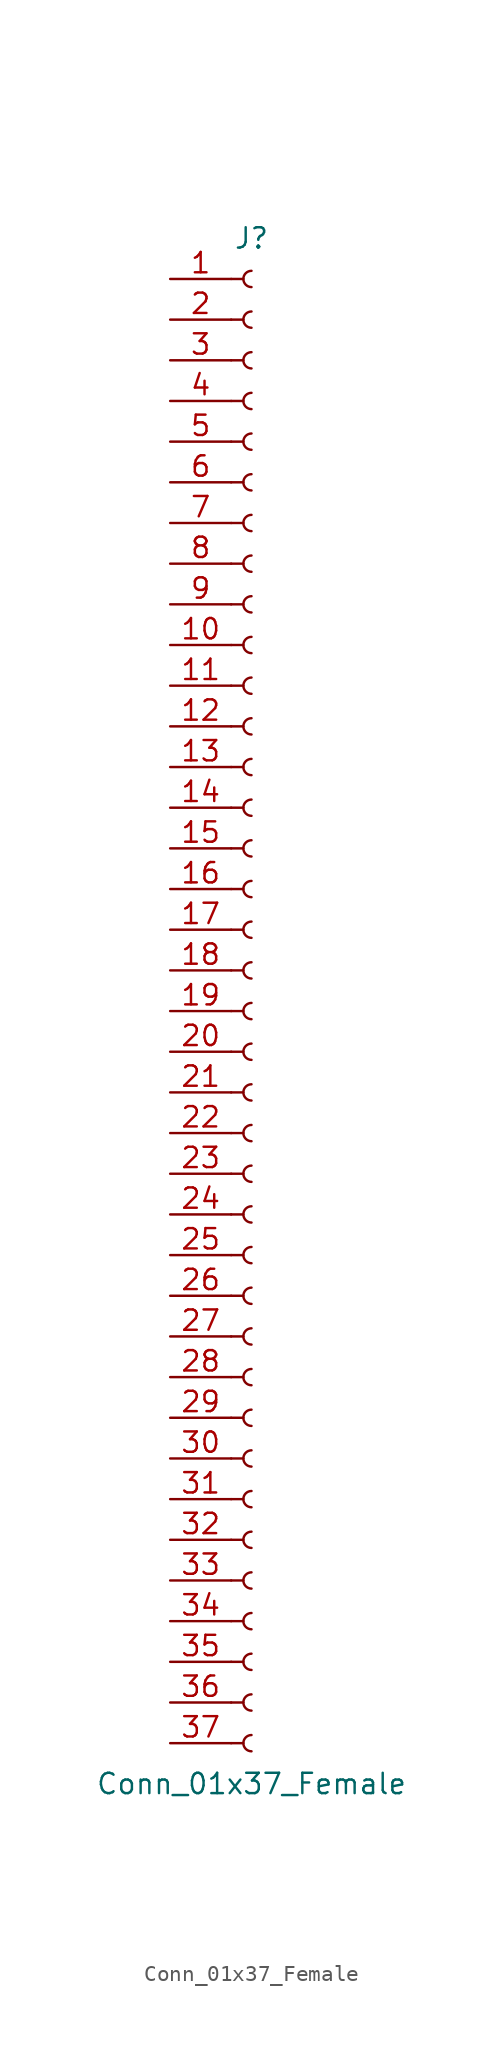
<source format=kicad_sym>
(kicad_symbol_lib
  (version 20220914)
  (generator kicad_symbol_editor)
  (symbol "Conn_01x37_Female"
    (pin_names
      (offset 1.016) hide)
    (property "Reference" "J"
      (at 0 48.26 0)
      (effects (font (size 1.27 1.27))))
    (property "Value" "Conn_01x37_Female"
      (at 0 -48.26 0)
      (effects (font (size 1.27 1.27))))
    (symbol "Conn_01x37_Female_1_1"
      (arc (start 0 -45.212) (mid -0.5058 -45.72) (end 0 -46.228) (stroke (width 0.1524) (type solid)) (fill (type none)))
      (arc (start 0 -42.672) (mid -0.5058 -43.18) (end 0 -43.688) (stroke (width 0.1524) (type solid)) (fill (type none)))
      (arc (start 0 -40.132) (mid -0.5058 -40.64) (end 0 -41.148) (stroke (width 0.1524) (type solid)) (fill (type none)))
      (arc (start 0 -37.592) (mid -0.5058 -38.1) (end 0 -38.608) (stroke (width 0.1524) (type solid)) (fill (type none)))
      (arc (start 0 -35.052) (mid -0.5058 -35.56) (end 0 -36.068) (stroke (width 0.1524) (type solid)) (fill (type none)))
      (arc (start 0 -32.512) (mid -0.5058 -33.02) (end 0 -33.528) (stroke (width 0.1524) (type solid)) (fill (type none)))
      (arc (start 0 -29.972) (mid -0.5058 -30.48) (end 0 -30.988) (stroke (width 0.1524) (type solid)) (fill (type none)))
      (arc (start 0 -27.432) (mid -0.5058 -27.94) (end 0 -28.448) (stroke (width 0.1524) (type solid)) (fill (type none)))
      (arc (start 0 -24.892) (mid -0.5058 -25.4) (end 0 -25.908) (stroke (width 0.1524) (type solid)) (fill (type none)))
      (arc (start 0 -22.352) (mid -0.5058 -22.86) (end 0 -23.368) (stroke (width 0.1524) (type solid)) (fill (type none)))
      (arc (start 0 -19.812) (mid -0.5058 -20.32) (end 0 -20.828) (stroke (width 0.1524) (type solid)) (fill (type none)))
      (arc (start 0 -17.272) (mid -0.5058 -17.78) (end 0 -18.288) (stroke (width 0.1524) (type solid)) (fill (type none)))
      (arc (start 0 -14.732) (mid -0.5058 -15.24) (end 0 -15.748) (stroke (width 0.1524) (type solid)) (fill (type none)))
      (arc (start 0 -12.192) (mid -0.5058 -12.7) (end 0 -13.208) (stroke (width 0.1524) (type solid)) (fill (type none)))
      (arc (start 0 -9.652) (mid -0.5058 -10.16) (end 0 -10.668) (stroke (width 0.1524) (type solid)) (fill (type none)))
      (arc (start 0 -7.112) (mid -0.5058 -7.62) (end 0 -8.128) (stroke (width 0.1524) (type solid)) (fill (type none)))
      (arc (start 0 -4.572) (mid -0.5058 -5.08) (end 0 -5.588) (stroke (width 0.1524) (type solid)) (fill (type none)))
      (arc (start 0 -2.032) (mid -0.5058 -2.54) (end 0 -3.048) (stroke (width 0.1524) (type solid)) (fill (type none)))
      (polyline (pts (xy -1.27 -45.72) (xy -0.508 -45.72)) (stroke (width 0.152) (type solid)) (fill (type none)))
      (polyline (pts (xy -1.27 -43.18) (xy -0.508 -43.18)) (stroke (width 0.152) (type solid)) (fill (type none)))
      (polyline (pts (xy -1.27 -40.64) (xy -0.508 -40.64)) (stroke (width 0.152) (type solid)) (fill (type none)))
      (polyline (pts (xy -1.27 -38.1) (xy -0.508 -38.1)) (stroke (width 0.152) (type solid)) (fill (type none)))
      (polyline (pts (xy -1.27 -35.56) (xy -0.508 -35.56)) (stroke (width 0.152) (type solid)) (fill (type none)))
      (polyline (pts (xy -1.27 -33.02) (xy -0.508 -33.02)) (stroke (width 0.152) (type solid)) (fill (type none)))
      (polyline (pts (xy -1.27 -30.48) (xy -0.508 -30.48)) (stroke (width 0.152) (type solid)) (fill (type none)))
      (polyline (pts (xy -1.27 -27.94) (xy -0.508 -27.94)) (stroke (width 0.152) (type solid)) (fill (type none)))
      (polyline (pts (xy -1.27 -25.4) (xy -0.508 -25.4)) (stroke (width 0.152) (type solid)) (fill (type none)))
      (polyline (pts (xy -1.27 -22.86) (xy -0.508 -22.86)) (stroke (width 0.152) (type solid)) (fill (type none)))
      (polyline (pts (xy -1.27 -20.32) (xy -0.508 -20.32)) (stroke (width 0.152) (type solid)) (fill (type none)))
      (polyline (pts (xy -1.27 -17.78) (xy -0.508 -17.78)) (stroke (width 0.152) (type solid)) (fill (type none)))
      (polyline (pts (xy -1.27 -15.24) (xy -0.508 -15.24)) (stroke (width 0.152) (type solid)) (fill (type none)))
      (polyline (pts (xy -1.27 -12.7) (xy -0.508 -12.7)) (stroke (width 0.152) (type solid)) (fill (type none)))
      (polyline (pts (xy -1.27 -10.16) (xy -0.508 -10.16)) (stroke (width 0.152) (type solid)) (fill (type none)))
      (polyline (pts (xy -1.27 -7.62) (xy -0.508 -7.62)) (stroke (width 0.152) (type solid)) (fill (type none)))
      (polyline (pts (xy -1.27 -5.08) (xy -0.508 -5.08)) (stroke (width 0.152) (type solid)) (fill (type none)))
      (polyline (pts (xy -1.27 -2.54) (xy -0.508 -2.54)) (stroke (width 0.152) (type solid)) (fill (type none)))
      (polyline (pts (xy -1.27 0) (xy -0.508 0)) (stroke (width 0.152) (type solid)) (fill (type none)))
      (polyline (pts (xy -1.27 2.54) (xy -0.508 2.54)) (stroke (width 0.152) (type solid)) (fill (type none)))
      (polyline (pts (xy -1.27 5.08) (xy -0.508 5.08)) (stroke (width 0.152) (type solid)) (fill (type none)))
      (polyline (pts (xy -1.27 7.62) (xy -0.508 7.62)) (stroke (width 0.152) (type solid)) (fill (type none)))
      (polyline (pts (xy -1.27 10.16) (xy -0.508 10.16)) (stroke (width 0.152) (type solid)) (fill (type none)))
      (polyline (pts (xy -1.27 12.7) (xy -0.508 12.7)) (stroke (width 0.152) (type solid)) (fill (type none)))
      (polyline (pts (xy -1.27 15.24) (xy -0.508 15.24)) (stroke (width 0.152) (type solid)) (fill (type none)))
      (polyline (pts (xy -1.27 17.78) (xy -0.508 17.78)) (stroke (width 0.152) (type solid)) (fill (type none)))
      (polyline (pts (xy -1.27 20.32) (xy -0.508 20.32)) (stroke (width 0.152) (type solid)) (fill (type none)))
      (polyline (pts (xy -1.27 22.86) (xy -0.508 22.86)) (stroke (width 0.152) (type solid)) (fill (type none)))
      (polyline (pts (xy -1.27 25.4) (xy -0.508 25.4)) (stroke (width 0.152) (type solid)) (fill (type none)))
      (polyline (pts (xy -1.27 27.94) (xy -0.508 27.94)) (stroke (width 0.152) (type solid)) (fill (type none)))
      (polyline (pts (xy -1.27 30.48) (xy -0.508 30.48)) (stroke (width 0.152) (type solid)) (fill (type none)))
      (polyline (pts (xy -1.27 33.02) (xy -0.508 33.02)) (stroke (width 0.152) (type solid)) (fill (type none)))
      (polyline (pts (xy -1.27 35.56) (xy -0.508 35.56)) (stroke (width 0.152) (type solid)) (fill (type none)))
      (polyline (pts (xy -1.27 38.1) (xy -0.508 38.1)) (stroke (width 0.152) (type solid)) (fill (type none)))
      (polyline (pts (xy -1.27 40.64) (xy -0.508 40.64)) (stroke (width 0.152) (type solid)) (fill (type none)))
      (polyline (pts (xy -1.27 43.18) (xy -0.508 43.18)) (stroke (width 0.152) (type solid)) (fill (type none)))
      (polyline (pts (xy -1.27 45.72) (xy -0.508 45.72)) (stroke (width 0.152) (type solid)) (fill (type none)))
      (arc (start 0 0.508) (mid -0.5058 0) (end 0 -0.508) (stroke (width 0.1524) (type solid)) (fill (type none)))
      (arc (start 0 3.048) (mid -0.5058 2.54) (end 0 2.032) (stroke (width 0.1524) (type solid)) (fill (type none)))
      (arc (start 0 5.588) (mid -0.5058 5.08) (end 0 4.572) (stroke (width 0.1524) (type solid)) (fill (type none)))
      (arc (start 0 8.128) (mid -0.5058 7.62) (end 0 7.112) (stroke (width 0.1524) (type solid)) (fill (type none)))
      (arc (start 0 10.668) (mid -0.5058 10.16) (end 0 9.652) (stroke (width 0.1524) (type solid)) (fill (type none)))
      (arc (start 0 13.208) (mid -0.5058 12.7) (end 0 12.192) (stroke (width 0.1524) (type solid)) (fill (type none)))
      (arc (start 0 15.748) (mid -0.5058 15.24) (end 0 14.732) (stroke (width 0.1524) (type solid)) (fill (type none)))
      (arc (start 0 18.288) (mid -0.5058 17.78) (end 0 17.272) (stroke (width 0.1524) (type solid)) (fill (type none)))
      (arc (start 0 20.828) (mid -0.5058 20.32) (end 0 19.812) (stroke (width 0.1524) (type solid)) (fill (type none)))
      (arc (start 0 23.368) (mid -0.5058 22.86) (end 0 22.352) (stroke (width 0.1524) (type solid)) (fill (type none)))
      (arc (start 0 25.908) (mid -0.5058 25.4) (end 0 24.892) (stroke (width 0.1524) (type solid)) (fill (type none)))
      (arc (start 0 28.448) (mid -0.5058 27.94) (end 0 27.432) (stroke (width 0.1524) (type solid)) (fill (type none)))
      (arc (start 0 30.988) (mid -0.5058 30.48) (end 0 29.972) (stroke (width 0.1524) (type solid)) (fill (type none)))
      (arc (start 0 33.528) (mid -0.5058 33.02) (end 0 32.512) (stroke (width 0.1524) (type solid)) (fill (type none)))
      (arc (start 0 36.068) (mid -0.5058 35.56) (end 0 35.052) (stroke (width 0.1524) (type solid)) (fill (type none)))
      (arc (start 0 38.608) (mid -0.5058 38.1) (end 0 37.592) (stroke (width 0.1524) (type solid)) (fill (type none)))
      (arc (start 0 41.148) (mid -0.5058 40.64) (end 0 40.132) (stroke (width 0.1524) (type solid)) (fill (type none)))
      (arc (start 0 43.688) (mid -0.5058 43.18) (end 0 42.672) (stroke (width 0.1524) (type solid)) (fill (type none)))
      (arc (start 0 46.228) (mid -0.5058 45.72) (end 0 45.212) (stroke (width 0.1524) (type solid)) (fill (type none)))
      (pin passive line (at -5.08 45.72 0) (length 3.81) (name "Pin_1" (effects (font (size 1.27 1.27)))) (number "1" (effects (font (size 1.27 1.27)))))
      (pin passive line (at -5.08 22.86 0) (length 3.81) (name "Pin_10" (effects (font (size 1.27 1.27)))) (number "10" (effects (font (size 1.27 1.27)))))
      (pin passive line (at -5.08 20.32 0) (length 3.81) (name "Pin_11" (effects (font (size 1.27 1.27)))) (number "11" (effects (font (size 1.27 1.27)))))
      (pin passive line (at -5.08 17.78 0) (length 3.81) (name "Pin_12" (effects (font (size 1.27 1.27)))) (number "12" (effects (font (size 1.27 1.27)))))
      (pin passive line (at -5.08 15.24 0) (length 3.81) (name "Pin_13" (effects (font (size 1.27 1.27)))) (number "13" (effects (font (size 1.27 1.27)))))
      (pin passive line (at -5.08 12.7 0) (length 3.81) (name "Pin_14" (effects (font (size 1.27 1.27)))) (number "14" (effects (font (size 1.27 1.27)))))
      (pin passive line (at -5.08 10.16 0) (length 3.81) (name "Pin_15" (effects (font (size 1.27 1.27)))) (number "15" (effects (font (size 1.27 1.27)))))
      (pin passive line (at -5.08 7.62 0) (length 3.81) (name "Pin_16" (effects (font (size 1.27 1.27)))) (number "16" (effects (font (size 1.27 1.27)))))
      (pin passive line (at -5.08 5.08 0) (length 3.81) (name "Pin_17" (effects (font (size 1.27 1.27)))) (number "17" (effects (font (size 1.27 1.27)))))
      (pin passive line (at -5.08 2.54 0) (length 3.81) (name "Pin_18" (effects (font (size 1.27 1.27)))) (number "18" (effects (font (size 1.27 1.27)))))
      (pin passive line (at -5.08 0 0) (length 3.81) (name "Pin_19" (effects (font (size 1.27 1.27)))) (number "19" (effects (font (size 1.27 1.27)))))
      (pin passive line (at -5.08 43.18 0) (length 3.81) (name "Pin_2" (effects (font (size 1.27 1.27)))) (number "2" (effects (font (size 1.27 1.27)))))
      (pin passive line (at -5.08 -2.54 0) (length 3.81) (name "Pin_20" (effects (font (size 1.27 1.27)))) (number "20" (effects (font (size 1.27 1.27)))))
      (pin passive line (at -5.08 -5.08 0) (length 3.81) (name "Pin_21" (effects (font (size 1.27 1.27)))) (number "21" (effects (font (size 1.27 1.27)))))
      (pin passive line (at -5.08 -7.62 0) (length 3.81) (name "Pin_22" (effects (font (size 1.27 1.27)))) (number "22" (effects (font (size 1.27 1.27)))))
      (pin passive line (at -5.08 -10.16 0) (length 3.81) (name "Pin_23" (effects (font (size 1.27 1.27)))) (number "23" (effects (font (size 1.27 1.27)))))
      (pin passive line (at -5.08 -12.7 0) (length 3.81) (name "Pin_24" (effects (font (size 1.27 1.27)))) (number "24" (effects (font (size 1.27 1.27)))))
      (pin passive line (at -5.08 -15.24 0) (length 3.81) (name "Pin_25" (effects (font (size 1.27 1.27)))) (number "25" (effects (font (size 1.27 1.27)))))
      (pin passive line (at -5.08 -17.78 0) (length 3.81) (name "Pin_26" (effects (font (size 1.27 1.27)))) (number "26" (effects (font (size 1.27 1.27)))))
      (pin passive line (at -5.08 -20.32 0) (length 3.81) (name "Pin_27" (effects (font (size 1.27 1.27)))) (number "27" (effects (font (size 1.27 1.27)))))
      (pin passive line (at -5.08 -22.86 0) (length 3.81) (name "Pin_28" (effects (font (size 1.27 1.27)))) (number "28" (effects (font (size 1.27 1.27)))))
      (pin passive line (at -5.08 -25.4 0) (length 3.81) (name "Pin_29" (effects (font (size 1.27 1.27)))) (number "29" (effects (font (size 1.27 1.27)))))
      (pin passive line (at -5.08 40.64 0) (length 3.81) (name "Pin_3" (effects (font (size 1.27 1.27)))) (number "3" (effects (font (size 1.27 1.27)))))
      (pin passive line (at -5.08 -27.94 0) (length 3.81) (name "Pin_30" (effects (font (size 1.27 1.27)))) (number "30" (effects (font (size 1.27 1.27)))))
      (pin passive line (at -5.08 -30.48 0) (length 3.81) (name "Pin_31" (effects (font (size 1.27 1.27)))) (number "31" (effects (font (size 1.27 1.27)))))
      (pin passive line (at -5.08 -33.02 0) (length 3.81) (name "Pin_32" (effects (font (size 1.27 1.27)))) (number "32" (effects (font (size 1.27 1.27)))))
      (pin passive line (at -5.08 -35.56 0) (length 3.81) (name "Pin_33" (effects (font (size 1.27 1.27)))) (number "33" (effects (font (size 1.27 1.27)))))
      (pin passive line (at -5.08 -38.1 0) (length 3.81) (name "Pin_34" (effects (font (size 1.27 1.27)))) (number "34" (effects (font (size 1.27 1.27)))))
      (pin passive line (at -5.08 -40.64 0) (length 3.81) (name "Pin_35" (effects (font (size 1.27 1.27)))) (number "35" (effects (font (size 1.27 1.27)))))
      (pin passive line (at -5.08 -43.18 0) (length 3.81) (name "Pin_36" (effects (font (size 1.27 1.27)))) (number "36" (effects (font (size 1.27 1.27)))))
      (pin passive line (at -5.08 -45.72 0) (length 3.81) (name "Pin_37" (effects (font (size 1.27 1.27)))) (number "37" (effects (font (size 1.27 1.27)))))
      (pin passive line (at -5.08 38.1 0) (length 3.81) (name "Pin_4" (effects (font (size 1.27 1.27)))) (number "4" (effects (font (size 1.27 1.27)))))
      (pin passive line (at -5.08 35.56 0) (length 3.81) (name "Pin_5" (effects (font (size 1.27 1.27)))) (number "5" (effects (font (size 1.27 1.27)))))
      (pin passive line (at -5.08 33.02 0) (length 3.81) (name "Pin_6" (effects (font (size 1.27 1.27)))) (number "6" (effects (font (size 1.27 1.27)))))
      (pin passive line (at -5.08 30.48 0) (length 3.81) (name "Pin_7" (effects (font (size 1.27 1.27)))) (number "7" (effects (font (size 1.27 1.27)))))
      (pin passive line (at -5.08 27.94 0) (length 3.81) (name "Pin_8" (effects (font (size 1.27 1.27)))) (number "8" (effects (font (size 1.27 1.27)))))
      (pin passive line (at -5.08 25.4 0) (length 3.81) (name "Pin_9" (effects (font (size 1.27 1.27)))) (number "9" (effects (font (size 1.27 1.27))))))))
</source>
